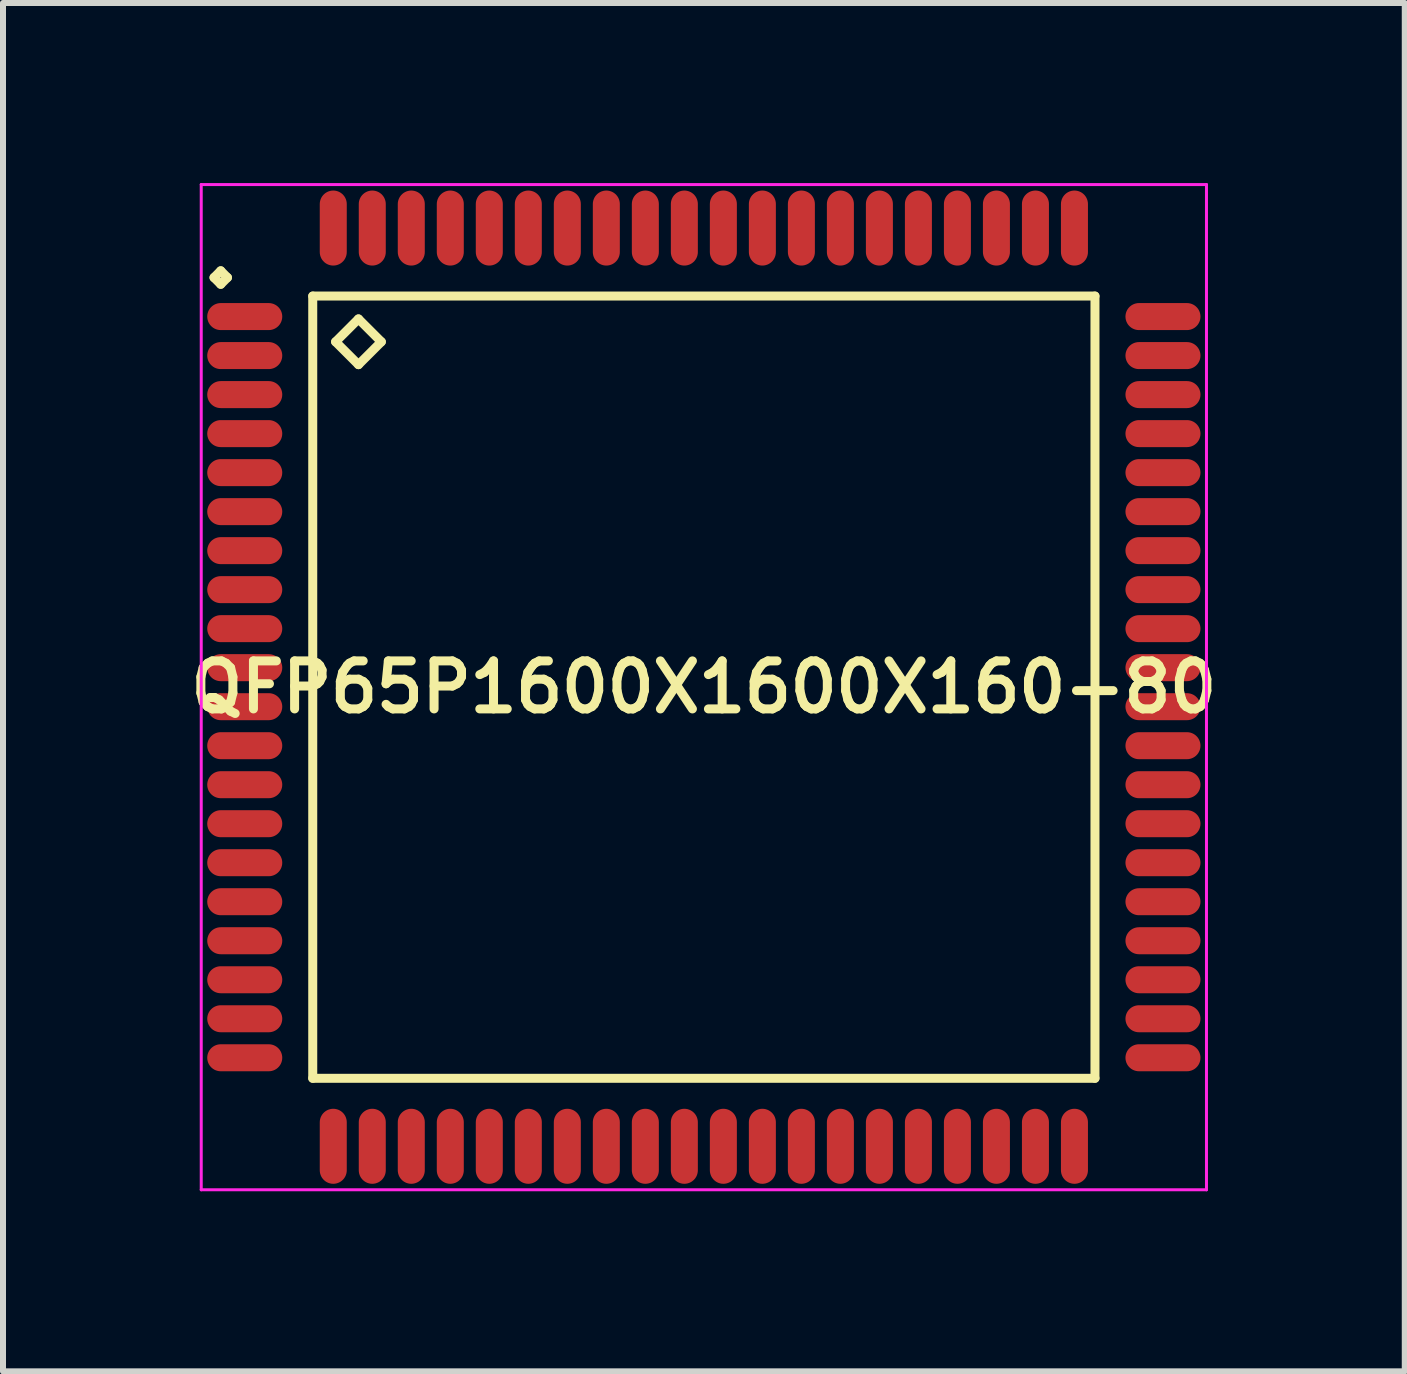
<source format=kicad_pcb>
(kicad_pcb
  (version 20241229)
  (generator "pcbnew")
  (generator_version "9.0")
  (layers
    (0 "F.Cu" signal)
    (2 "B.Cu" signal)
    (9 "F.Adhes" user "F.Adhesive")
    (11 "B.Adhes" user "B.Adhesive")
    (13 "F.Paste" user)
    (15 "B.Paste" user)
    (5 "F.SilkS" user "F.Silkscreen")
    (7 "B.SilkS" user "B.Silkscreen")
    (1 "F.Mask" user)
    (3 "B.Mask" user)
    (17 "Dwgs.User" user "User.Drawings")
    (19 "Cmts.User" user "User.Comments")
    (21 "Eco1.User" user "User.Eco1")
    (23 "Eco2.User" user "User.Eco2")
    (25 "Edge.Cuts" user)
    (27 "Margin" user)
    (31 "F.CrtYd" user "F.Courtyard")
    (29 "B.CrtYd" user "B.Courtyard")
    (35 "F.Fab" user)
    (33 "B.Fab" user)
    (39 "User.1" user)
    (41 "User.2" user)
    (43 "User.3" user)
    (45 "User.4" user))
  (footprint "QFP65P1600X1600X160-80"
    (layer "F.Cu")
    (at 8.678 8.4)
    (property "Reference" "QFP65P1600X1600X160-80" (at 0 0 0) (layer "F.SilkS") (effects (font (size 0.8 0.8) (thickness 0.15))))
    (attr smd)
    (fp_line (start -8.162 -6.825) (end -8.05 -6.938) (stroke (width 0.15) (type solid)) (layer "F.SilkS"))
    (fp_line (start -8.05 -6.938) (end -7.938 -6.825) (stroke (width 0.15) (type solid)) (layer "F.SilkS"))
    (fp_line (start -8.05 -6.713) (end -8.162 -6.825) (stroke (width 0.15) (type solid)) (layer "F.SilkS"))
    (fp_line (start -7.938 -6.825) (end -8.05 -6.713) (stroke (width 0.15) (type solid)) (layer "F.SilkS"))
    (fp_line (start -6.517 -6.517) (end -6.517 6.517) (stroke (width 0.15) (type solid)) (layer "F.SilkS"))
    (fp_line (start -6.517 6.517) (end 6.517 6.517) (stroke (width 0.15) (type solid)) (layer "F.SilkS"))
    (fp_line (start -6.136 -5.755) (end -5.755 -6.136) (stroke (width 0.15) (type solid)) (layer "F.SilkS"))
    (fp_line (start -5.755 -6.136) (end -5.374 -5.755) (stroke (width 0.15) (type solid)) (layer "F.SilkS"))
    (fp_line (start -5.755 -5.374) (end -6.136 -5.755) (stroke (width 0.15) (type solid)) (layer "F.SilkS"))
    (fp_line (start -5.374 -5.755) (end -5.755 -5.374) (stroke (width 0.15) (type solid)) (layer "F.SilkS"))
    (fp_line (start 6.517 -6.517) (end -6.517 -6.517) (stroke (width 0.15) (type solid)) (layer "F.SilkS"))
    (fp_line (start 6.517 6.517) (end 6.517 -6.517) (stroke (width 0.15) (type solid)) (layer "F.SilkS"))
    (fp_line (start -8.375 -8.375) (end 8.375 -8.375) (stroke (width 0.05) (type solid)) (layer "F.CrtYd"))
    (fp_line (start -8.375 8.375) (end -8.375 -8.375) (stroke (width 0.05) (type solid)) (layer "F.CrtYd"))
    (fp_line (start 8.375 -8.375) (end 8.375 8.375) (stroke (width 0.05) (type solid)) (layer "F.CrtYd"))
    (fp_line (start 8.375 8.375) (end -8.375 8.375) (stroke (width 0.05) (type solid)) (layer "F.CrtYd"))
    (pad "1" smd oval (at -7.65 -6.175) (size 1.25 0.45) (layers "F.Cu" "F.Mask" "F.Paste"))
    (pad "2" smd oval (at -7.65 -5.525) (size 1.25 0.45) (layers "F.Cu" "F.Mask" "F.Paste"))
    (pad "3" smd oval (at -7.65 -4.875) (size 1.25 0.45) (layers "F.Cu" "F.Mask" "F.Paste"))
    (pad "4" smd oval (at -7.65 -4.225) (size 1.25 0.45) (layers "F.Cu" "F.Mask" "F.Paste"))
    (pad "5" smd oval (at -7.65 -3.575) (size 1.25 0.45) (layers "F.Cu" "F.Mask" "F.Paste"))
    (pad "6" smd oval (at -7.65 -2.925) (size 1.25 0.45) (layers "F.Cu" "F.Mask" "F.Paste"))
    (pad "7" smd oval (at -7.65 -2.275) (size 1.25 0.45) (layers "F.Cu" "F.Mask" "F.Paste"))
    (pad "8" smd oval (at -7.65 -1.625) (size 1.25 0.45) (layers "F.Cu" "F.Mask" "F.Paste"))
    (pad "9" smd oval (at -7.65 -0.975) (size 1.25 0.45) (layers "F.Cu" "F.Mask" "F.Paste"))
    (pad "10" smd oval (at -7.65 -0.325) (size 1.25 0.45) (layers "F.Cu" "F.Mask" "F.Paste"))
    (pad "11" smd oval (at -7.65 0.325) (size 1.25 0.45) (layers "F.Cu" "F.Mask" "F.Paste"))
    (pad "12" smd oval (at -7.65 0.975) (size 1.25 0.45) (layers "F.Cu" "F.Mask" "F.Paste"))
    (pad "13" smd oval (at -7.65 1.625) (size 1.25 0.45) (layers "F.Cu" "F.Mask" "F.Paste"))
    (pad "14" smd oval (at -7.65 2.275) (size 1.25 0.45) (layers "F.Cu" "F.Mask" "F.Paste"))
    (pad "15" smd oval (at -7.65 2.925) (size 1.25 0.45) (layers "F.Cu" "F.Mask" "F.Paste"))
    (pad "16" smd oval (at -7.65 3.575) (size 1.25 0.45) (layers "F.Cu" "F.Mask" "F.Paste"))
    (pad "17" smd oval (at -7.65 4.225) (size 1.25 0.45) (layers "F.Cu" "F.Mask" "F.Paste"))
    (pad "18" smd oval (at -7.65 4.875) (size 1.25 0.45) (layers "F.Cu" "F.Mask" "F.Paste"))
    (pad "19" smd oval (at -7.65 5.525) (size 1.25 0.45) (layers "F.Cu" "F.Mask" "F.Paste"))
    (pad "20" smd oval (at -7.65 6.175) (size 1.25 0.45) (layers "F.Cu" "F.Mask" "F.Paste"))
    (pad "21" smd oval (at -6.175 7.65) (size 0.45 1.25) (layers "F.Cu" "F.Mask" "F.Paste"))
    (pad "22" smd oval (at -5.525 7.65) (size 0.45 1.25) (layers "F.Cu" "F.Mask" "F.Paste"))
    (pad "23" smd oval (at -4.875 7.65) (size 0.45 1.25) (layers "F.Cu" "F.Mask" "F.Paste"))
    (pad "24" smd oval (at -4.225 7.65) (size 0.45 1.25) (layers "F.Cu" "F.Mask" "F.Paste"))
    (pad "25" smd oval (at -3.575 7.65) (size 0.45 1.25) (layers "F.Cu" "F.Mask" "F.Paste"))
    (pad "26" smd oval (at -2.925 7.65) (size 0.45 1.25) (layers "F.Cu" "F.Mask" "F.Paste"))
    (pad "27" smd oval (at -2.275 7.65) (size 0.45 1.25) (layers "F.Cu" "F.Mask" "F.Paste"))
    (pad "28" smd oval (at -1.625 7.65) (size 0.45 1.25) (layers "F.Cu" "F.Mask" "F.Paste"))
    (pad "29" smd oval (at -0.975 7.65) (size 0.45 1.25) (layers "F.Cu" "F.Mask" "F.Paste"))
    (pad "30" smd oval (at -0.325 7.65) (size 0.45 1.25) (layers "F.Cu" "F.Mask" "F.Paste"))
    (pad "31" smd oval (at 0.325 7.65) (size 0.45 1.25) (layers "F.Cu" "F.Mask" "F.Paste"))
    (pad "32" smd oval (at 0.975 7.65) (size 0.45 1.25) (layers "F.Cu" "F.Mask" "F.Paste"))
    (pad "33" smd oval (at 1.625 7.65) (size 0.45 1.25) (layers "F.Cu" "F.Mask" "F.Paste"))
    (pad "34" smd oval (at 2.275 7.65) (size 0.45 1.25) (layers "F.Cu" "F.Mask" "F.Paste"))
    (pad "35" smd oval (at 2.925 7.65) (size 0.45 1.25) (layers "F.Cu" "F.Mask" "F.Paste"))
    (pad "36" smd oval (at 3.575 7.65) (size 0.45 1.25) (layers "F.Cu" "F.Mask" "F.Paste"))
    (pad "37" smd oval (at 4.225 7.65) (size 0.45 1.25) (layers "F.Cu" "F.Mask" "F.Paste"))
    (pad "38" smd oval (at 4.875 7.65) (size 0.45 1.25) (layers "F.Cu" "F.Mask" "F.Paste"))
    (pad "39" smd oval (at 5.525 7.65) (size 0.45 1.25) (layers "F.Cu" "F.Mask" "F.Paste"))
    (pad "40" smd oval (at 6.175 7.65) (size 0.45 1.25) (layers "F.Cu" "F.Mask" "F.Paste"))
    (pad "41" smd oval (at 7.65 6.175) (size 1.25 0.45) (layers "F.Cu" "F.Mask" "F.Paste"))
    (pad "42" smd oval (at 7.65 5.525) (size 1.25 0.45) (layers "F.Cu" "F.Mask" "F.Paste"))
    (pad "43" smd oval (at 7.65 4.875) (size 1.25 0.45) (layers "F.Cu" "F.Mask" "F.Paste"))
    (pad "44" smd oval (at 7.65 4.225) (size 1.25 0.45) (layers "F.Cu" "F.Mask" "F.Paste"))
    (pad "45" smd oval (at 7.65 3.575) (size 1.25 0.45) (layers "F.Cu" "F.Mask" "F.Paste"))
    (pad "46" smd oval (at 7.65 2.925) (size 1.25 0.45) (layers "F.Cu" "F.Mask" "F.Paste"))
    (pad "47" smd oval (at 7.65 2.275) (size 1.25 0.45) (layers "F.Cu" "F.Mask" "F.Paste"))
    (pad "48" smd oval (at 7.65 1.625) (size 1.25 0.45) (layers "F.Cu" "F.Mask" "F.Paste"))
    (pad "49" smd oval (at 7.65 0.975) (size 1.25 0.45) (layers "F.Cu" "F.Mask" "F.Paste"))
    (pad "50" smd oval (at 7.65 0.325) (size 1.25 0.45) (layers "F.Cu" "F.Mask" "F.Paste"))
    (pad "51" smd oval (at 7.65 -0.325) (size 1.25 0.45) (layers "F.Cu" "F.Mask" "F.Paste"))
    (pad "52" smd oval (at 7.65 -0.975) (size 1.25 0.45) (layers "F.Cu" "F.Mask" "F.Paste"))
    (pad "53" smd oval (at 7.65 -1.625) (size 1.25 0.45) (layers "F.Cu" "F.Mask" "F.Paste"))
    (pad "54" smd oval (at 7.65 -2.275) (size 1.25 0.45) (layers "F.Cu" "F.Mask" "F.Paste"))
    (pad "55" smd oval (at 7.65 -2.925) (size 1.25 0.45) (layers "F.Cu" "F.Mask" "F.Paste"))
    (pad "56" smd oval (at 7.65 -3.575) (size 1.25 0.45) (layers "F.Cu" "F.Mask" "F.Paste"))
    (pad "57" smd oval (at 7.65 -4.225) (size 1.25 0.45) (layers "F.Cu" "F.Mask" "F.Paste"))
    (pad "58" smd oval (at 7.65 -4.875) (size 1.25 0.45) (layers "F.Cu" "F.Mask" "F.Paste"))
    (pad "59" smd oval (at 7.65 -5.525) (size 1.25 0.45) (layers "F.Cu" "F.Mask" "F.Paste"))
    (pad "60" smd oval (at 7.65 -6.175) (size 1.25 0.45) (layers "F.Cu" "F.Mask" "F.Paste"))
    (pad "61" smd oval (at 6.175 -7.65) (size 0.45 1.25) (layers "F.Cu" "F.Mask" "F.Paste"))
    (pad "62" smd oval (at 5.525 -7.65) (size 0.45 1.25) (layers "F.Cu" "F.Mask" "F.Paste"))
    (pad "63" smd oval (at 4.875 -7.65) (size 0.45 1.25) (layers "F.Cu" "F.Mask" "F.Paste"))
    (pad "64" smd oval (at 4.225 -7.65) (size 0.45 1.25) (layers "F.Cu" "F.Mask" "F.Paste"))
    (pad "65" smd oval (at 3.575 -7.65) (size 0.45 1.25) (layers "F.Cu" "F.Mask" "F.Paste"))
    (pad "66" smd oval (at 2.925 -7.65) (size 0.45 1.25) (layers "F.Cu" "F.Mask" "F.Paste"))
    (pad "67" smd oval (at 2.275 -7.65) (size 0.45 1.25) (layers "F.Cu" "F.Mask" "F.Paste"))
    (pad "68" smd oval (at 1.625 -7.65) (size 0.45 1.25) (layers "F.Cu" "F.Mask" "F.Paste"))
    (pad "69" smd oval (at 0.975 -7.65) (size 0.45 1.25) (layers "F.Cu" "F.Mask" "F.Paste"))
    (pad "70" smd oval (at 0.325 -7.65) (size 0.45 1.25) (layers "F.Cu" "F.Mask" "F.Paste"))
    (pad "71" smd oval (at -0.325 -7.65) (size 0.45 1.25) (layers "F.Cu" "F.Mask" "F.Paste"))
    (pad "72" smd oval (at -0.975 -7.65) (size 0.45 1.25) (layers "F.Cu" "F.Mask" "F.Paste"))
    (pad "73" smd oval (at -1.625 -7.65) (size 0.45 1.25) (layers "F.Cu" "F.Mask" "F.Paste"))
    (pad "74" smd oval (at -2.275 -7.65) (size 0.45 1.25) (layers "F.Cu" "F.Mask" "F.Paste"))
    (pad "75" smd oval (at -2.925 -7.65) (size 0.45 1.25) (layers "F.Cu" "F.Mask" "F.Paste"))
    (pad "76" smd oval (at -3.575 -7.65) (size 0.45 1.25) (layers "F.Cu" "F.Mask" "F.Paste"))
    (pad "77" smd oval (at -4.225 -7.65) (size 0.45 1.25) (layers "F.Cu" "F.Mask" "F.Paste"))
    (pad "78" smd oval (at -4.875 -7.65) (size 0.45 1.25) (layers "F.Cu" "F.Mask" "F.Paste"))
    (pad "79" smd oval (at -5.525 -7.65) (size 0.45 1.25) (layers "F.Cu" "F.Mask" "F.Paste"))
    (pad "80" smd oval (at -6.175 -7.65) (size 0.45 1.25) (layers "F.Cu" "F.Mask" "F.Paste")))
  (gr_rect
    (start -3 -3)
    (end 20.357 19.8)
    (stroke (width 0.1) (type default))
    (fill no)
    (layer "Edge.Cuts")))
</source>
